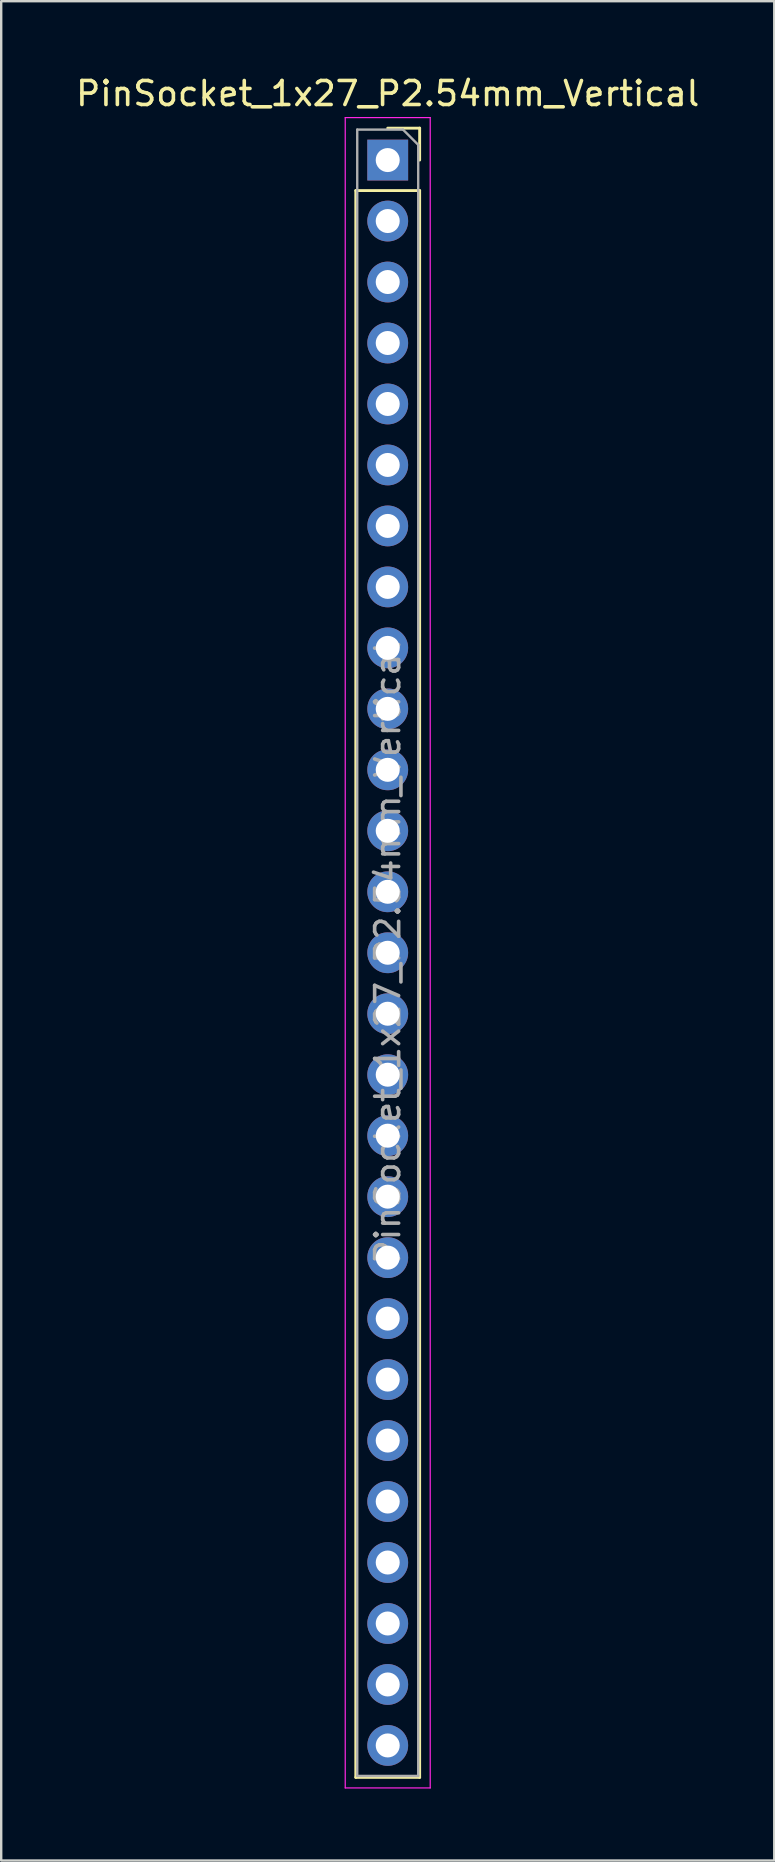
<source format=kicad_pcb>
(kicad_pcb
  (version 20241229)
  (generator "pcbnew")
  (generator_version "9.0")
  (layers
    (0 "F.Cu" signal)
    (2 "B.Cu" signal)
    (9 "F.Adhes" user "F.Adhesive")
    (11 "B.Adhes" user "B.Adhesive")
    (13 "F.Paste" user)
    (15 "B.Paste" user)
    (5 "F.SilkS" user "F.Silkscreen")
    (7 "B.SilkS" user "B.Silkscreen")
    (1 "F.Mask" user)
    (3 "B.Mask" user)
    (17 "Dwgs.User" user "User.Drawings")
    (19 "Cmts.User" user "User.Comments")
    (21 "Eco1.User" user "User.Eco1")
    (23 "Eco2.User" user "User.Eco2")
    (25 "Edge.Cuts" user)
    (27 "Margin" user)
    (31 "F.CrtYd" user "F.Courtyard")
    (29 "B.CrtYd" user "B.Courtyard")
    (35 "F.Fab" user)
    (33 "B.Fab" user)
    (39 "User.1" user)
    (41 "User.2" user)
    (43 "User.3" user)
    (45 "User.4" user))
  (footprint "PinSocket_1x27_P2.54mm_Vertical"
    (layer "F.Cu")
    (at 13.101 3.618)
    (property "Reference" "PinSocket_1x27_P2.54mm_Vertical" (at 0 -2.77 0) (layer "F.SilkS") (effects (font (size 1 1) (thickness 0.15))))
    (attr through_hole)
    (fp_line (start -1.33 1.27) (end -1.33 67.37) (stroke (width 0.12) (type solid)) (layer "F.SilkS"))
    (fp_line (start -1.33 1.27) (end 1.33 1.27) (stroke (width 0.12) (type solid)) (layer "F.SilkS"))
    (fp_line (start -1.33 67.37) (end 1.33 67.37) (stroke (width 0.12) (type solid)) (layer "F.SilkS"))
    (fp_line (start 0 -1.33) (end 1.33 -1.33) (stroke (width 0.12) (type solid)) (layer "F.SilkS"))
    (fp_line (start 1.33 -1.33) (end 1.33 0) (stroke (width 0.12) (type solid)) (layer "F.SilkS"))
    (fp_line (start 1.33 1.27) (end 1.33 67.37) (stroke (width 0.12) (type solid)) (layer "F.SilkS"))
    (fp_line (start -1.77 -1.77) (end 1.77 -1.77) (stroke (width 0.05) (type solid)) (layer "F.CrtYd"))
    (fp_line (start -1.77 67.81) (end -1.77 -1.77) (stroke (width 0.05) (type solid)) (layer "F.CrtYd"))
    (fp_line (start 1.77 -1.77) (end 1.77 67.81) (stroke (width 0.05) (type solid)) (layer "F.CrtYd"))
    (fp_line (start 1.77 67.81) (end -1.77 67.81) (stroke (width 0.05) (type solid)) (layer "F.CrtYd"))
    (fp_line (start -1.27 -1.27) (end 0.635 -1.27) (stroke (width 0.1) (type solid)) (layer "F.Fab"))
    (fp_line (start -1.27 67.31) (end -1.27 -1.27) (stroke (width 0.1) (type solid)) (layer "F.Fab"))
    (fp_line (start 0.635 -1.27) (end 1.27 -0.635) (stroke (width 0.1) (type solid)) (layer "F.Fab"))
    (fp_line (start 1.27 -0.635) (end 1.27 67.31) (stroke (width 0.1) (type solid)) (layer "F.Fab"))
    (fp_line (start 1.27 67.31) (end -1.27 67.31) (stroke (width 0.1) (type solid)) (layer "F.Fab"))
    (fp_text user "${REFERENCE}" (at 0 33.02 90) (layer "F.Fab") (effects (font (size 1 1) (thickness 0.15))))
    (pad "1" thru_hole rect (at 0 0) (size 1.7 1.7) (drill 1) (layers "*.Cu" "*.Mask"))
    (pad "2" thru_hole circle (at 0 2.54) (size 1.7 1.7) (drill 1) (layers "*.Cu" "*.Mask"))
    (pad "3" thru_hole circle (at 0 5.08) (size 1.7 1.7) (drill 1) (layers "*.Cu" "*.Mask"))
    (pad "4" thru_hole circle (at 0 7.62) (size 1.7 1.7) (drill 1) (layers "*.Cu" "*.Mask"))
    (pad "5" thru_hole circle (at 0 10.16) (size 1.7 1.7) (drill 1) (layers "*.Cu" "*.Mask"))
    (pad "6" thru_hole circle (at 0 12.7) (size 1.7 1.7) (drill 1) (layers "*.Cu" "*.Mask"))
    (pad "7" thru_hole circle (at 0 15.24) (size 1.7 1.7) (drill 1) (layers "*.Cu" "*.Mask"))
    (pad "8" thru_hole circle (at 0 17.78) (size 1.7 1.7) (drill 1) (layers "*.Cu" "*.Mask"))
    (pad "9" thru_hole circle (at 0 20.32) (size 1.7 1.7) (drill 1) (layers "*.Cu" "*.Mask"))
    (pad "10" thru_hole circle (at 0 22.86) (size 1.7 1.7) (drill 1) (layers "*.Cu" "*.Mask"))
    (pad "11" thru_hole circle (at 0 25.4) (size 1.7 1.7) (drill 1) (layers "*.Cu" "*.Mask"))
    (pad "12" thru_hole circle (at 0 27.94) (size 1.7 1.7) (drill 1) (layers "*.Cu" "*.Mask"))
    (pad "13" thru_hole circle (at 0 30.48) (size 1.7 1.7) (drill 1) (layers "*.Cu" "*.Mask"))
    (pad "14" thru_hole circle (at 0 33.02) (size 1.7 1.7) (drill 1) (layers "*.Cu" "*.Mask"))
    (pad "15" thru_hole circle (at 0 35.56) (size 1.7 1.7) (drill 1) (layers "*.Cu" "*.Mask"))
    (pad "16" thru_hole circle (at 0 38.1) (size 1.7 1.7) (drill 1) (layers "*.Cu" "*.Mask"))
    (pad "17" thru_hole circle (at 0 40.64) (size 1.7 1.7) (drill 1) (layers "*.Cu" "*.Mask"))
    (pad "18" thru_hole circle (at 0 43.18) (size 1.7 1.7) (drill 1) (layers "*.Cu" "*.Mask"))
    (pad "19" thru_hole circle (at 0 45.72) (size 1.7 1.7) (drill 1) (layers "*.Cu" "*.Mask"))
    (pad "20" thru_hole circle (at 0 48.26) (size 1.7 1.7) (drill 1) (layers "*.Cu" "*.Mask"))
    (pad "21" thru_hole circle (at 0 50.8) (size 1.7 1.7) (drill 1) (layers "*.Cu" "*.Mask"))
    (pad "22" thru_hole circle (at 0 53.34) (size 1.7 1.7) (drill 1) (layers "*.Cu" "*.Mask"))
    (pad "23" thru_hole circle (at 0 55.88) (size 1.7 1.7) (drill 1) (layers "*.Cu" "*.Mask"))
    (pad "24" thru_hole circle (at 0 58.42) (size 1.7 1.7) (drill 1) (layers "*.Cu" "*.Mask"))
    (pad "25" thru_hole circle (at 0 60.96) (size 1.7 1.7) (drill 1) (layers "*.Cu" "*.Mask"))
    (pad "26" thru_hole circle (at 0 63.5) (size 1.7 1.7) (drill 1) (layers "*.Cu" "*.Mask"))
    (pad "27" thru_hole circle (at 0 66.04) (size 1.7 1.7) (drill 1) (layers "*.Cu" "*.Mask")))
  (gr_rect
    (start -3 -3)
    (end 29.202 74.453)
    (stroke (width 0.1) (type default))
    (fill no)
    (layer "Edge.Cuts")))
</source>
